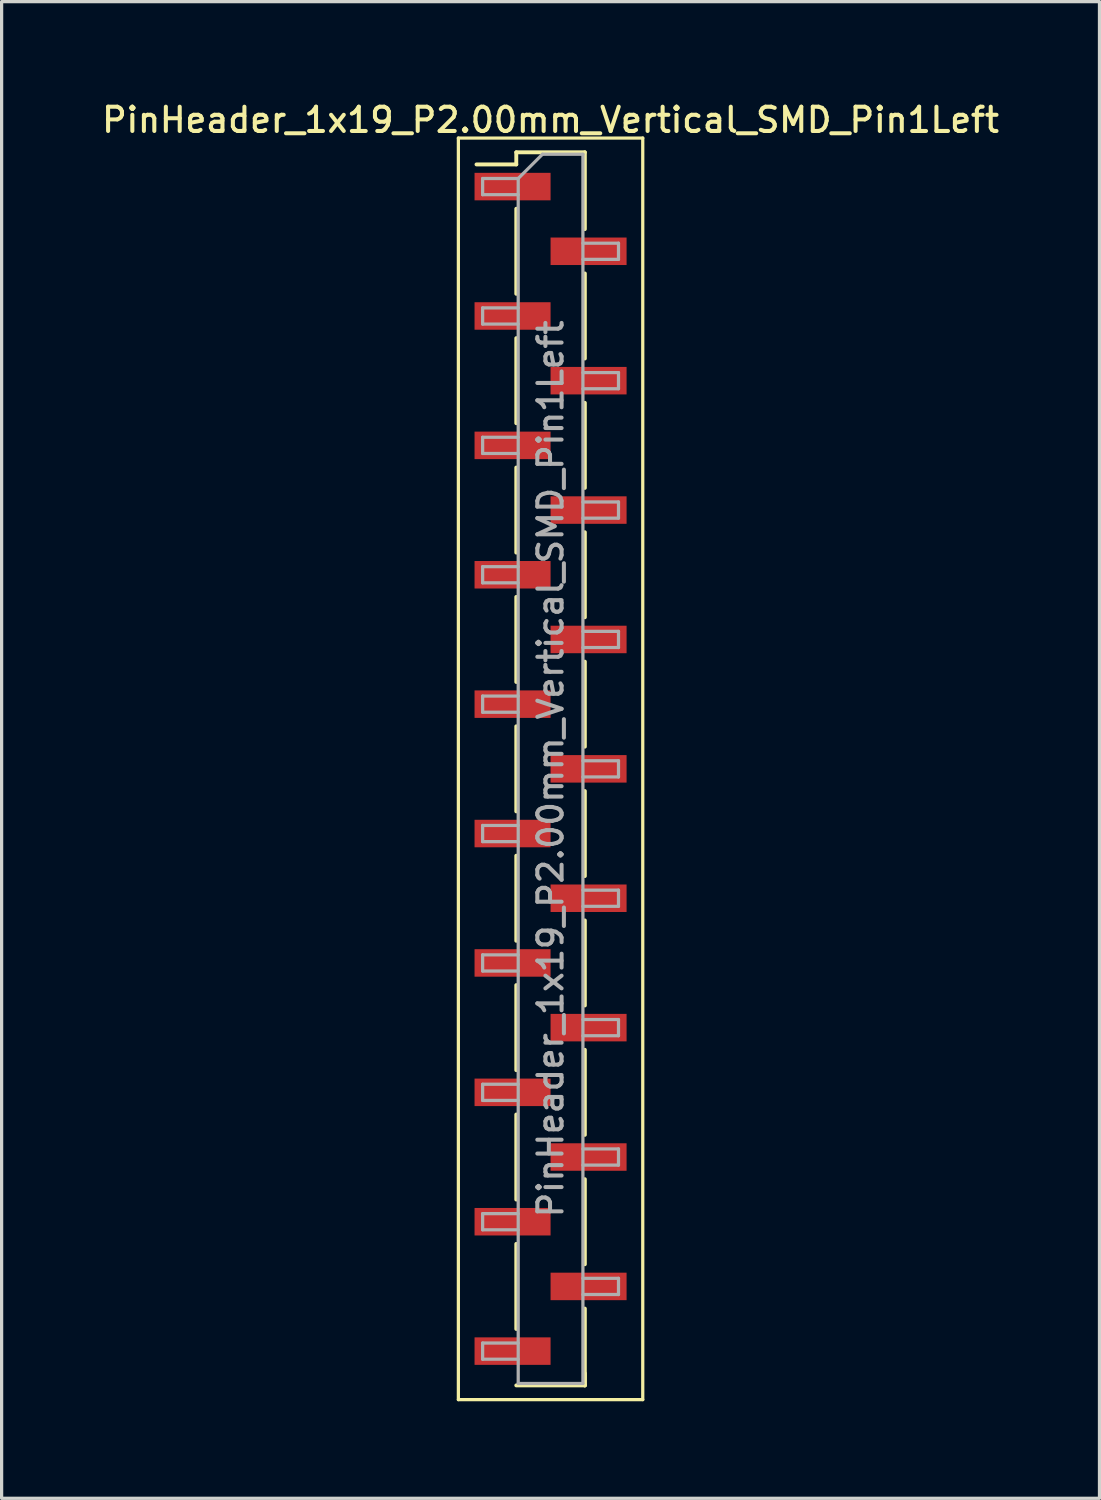
<source format=kicad_pcb>
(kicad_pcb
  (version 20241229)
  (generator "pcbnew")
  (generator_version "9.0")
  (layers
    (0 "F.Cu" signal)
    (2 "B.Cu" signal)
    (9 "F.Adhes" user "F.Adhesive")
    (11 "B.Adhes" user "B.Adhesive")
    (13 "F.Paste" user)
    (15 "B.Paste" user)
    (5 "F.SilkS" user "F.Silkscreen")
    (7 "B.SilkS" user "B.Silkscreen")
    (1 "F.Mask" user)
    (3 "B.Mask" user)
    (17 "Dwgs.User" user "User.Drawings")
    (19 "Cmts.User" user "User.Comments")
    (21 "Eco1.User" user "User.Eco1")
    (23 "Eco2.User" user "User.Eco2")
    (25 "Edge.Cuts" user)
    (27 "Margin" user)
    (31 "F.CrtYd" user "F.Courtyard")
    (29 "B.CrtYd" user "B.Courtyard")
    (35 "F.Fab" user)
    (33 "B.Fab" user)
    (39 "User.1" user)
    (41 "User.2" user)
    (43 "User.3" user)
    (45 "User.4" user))
  (footprint "PinHeader_1x19_P2.00mm_Vertical_SMD_Pin1Left"
    (layer "F.Cu")
    (at 13.97 20.718)
    (property "Reference" "PinHeader_1x19_P2.00mm_Vertical_SMD_Pin1Left" (at 0 -20.06 0) (layer "F.SilkS") (effects (font (size 0.75 0.75) (thickness 0.125))))
    (attr smd)
    (fp_line (start -2.85 -19.5) (end -2.85 19.5) (stroke (width 0.1) (type solid)) (layer "F.SilkS"))
    (fp_line (start -2.85 19.5) (end 2.85 19.5) (stroke (width 0.1) (type solid)) (layer "F.SilkS"))
    (fp_line (start -1.06 -19.06) (end -1.06 -18.685) (stroke (width 0.12) (type solid)) (layer "F.SilkS"))
    (fp_line (start -1.06 -19.06) (end 1.06 -19.06) (stroke (width 0.12) (type solid)) (layer "F.SilkS"))
    (fp_line (start -1.06 -18.685) (end -2.29 -18.685) (stroke (width 0.12) (type solid)) (layer "F.SilkS"))
    (fp_line (start -1.06 -17.315) (end -1.06 -14.685) (stroke (width 0.12) (type solid)) (layer "F.SilkS"))
    (fp_line (start -1.06 -13.315) (end -1.06 -10.685) (stroke (width 0.12) (type solid)) (layer "F.SilkS"))
    (fp_line (start -1.06 -9.315) (end -1.06 -6.685) (stroke (width 0.12) (type solid)) (layer "F.SilkS"))
    (fp_line (start -1.06 -5.315) (end -1.06 -2.685) (stroke (width 0.12) (type solid)) (layer "F.SilkS"))
    (fp_line (start -1.06 -1.315) (end -1.06 1.315) (stroke (width 0.12) (type solid)) (layer "F.SilkS"))
    (fp_line (start -1.06 2.685) (end -1.06 5.315) (stroke (width 0.12) (type solid)) (layer "F.SilkS"))
    (fp_line (start -1.06 6.685) (end -1.06 9.315) (stroke (width 0.12) (type solid)) (layer "F.SilkS"))
    (fp_line (start -1.06 10.685) (end -1.06 13.315) (stroke (width 0.12) (type solid)) (layer "F.SilkS"))
    (fp_line (start -1.06 14.685) (end -1.06 17.315) (stroke (width 0.12) (type solid)) (layer "F.SilkS"))
    (fp_line (start -1.06 19.06) (end 1.06 19.06) (stroke (width 0.12) (type solid)) (layer "F.SilkS"))
    (fp_line (start 1.06 -19.06) (end 1.06 -16.685) (stroke (width 0.12) (type solid)) (layer "F.SilkS"))
    (fp_line (start 1.06 -15.315) (end 1.06 -12.685) (stroke (width 0.12) (type solid)) (layer "F.SilkS"))
    (fp_line (start 1.06 -11.315) (end 1.06 -8.685) (stroke (width 0.12) (type solid)) (layer "F.SilkS"))
    (fp_line (start 1.06 -7.315) (end 1.06 -4.685) (stroke (width 0.12) (type solid)) (layer "F.SilkS"))
    (fp_line (start 1.06 -3.315) (end 1.06 -0.685) (stroke (width 0.12) (type solid)) (layer "F.SilkS"))
    (fp_line (start 1.06 0.685) (end 1.06 3.315) (stroke (width 0.12) (type solid)) (layer "F.SilkS"))
    (fp_line (start 1.06 4.685) (end 1.06 7.315) (stroke (width 0.12) (type solid)) (layer "F.SilkS"))
    (fp_line (start 1.06 8.685) (end 1.06 11.315) (stroke (width 0.12) (type solid)) (layer "F.SilkS"))
    (fp_line (start 1.06 12.685) (end 1.06 15.315) (stroke (width 0.12) (type solid)) (layer "F.SilkS"))
    (fp_line (start 1.06 16.685) (end 1.06 19.06) (stroke (width 0.12) (type solid)) (layer "F.SilkS"))
    (fp_line (start 1.06 18.685) (end 1.06 19.06) (stroke (width 0.12) (type solid)) (layer "F.SilkS"))
    (fp_line (start 2.85 -19.5) (end -2.85 -19.5) (stroke (width 0.1) (type solid)) (layer "F.SilkS"))
    (fp_line (start 2.85 19.5) (end 2.85 -19.5) (stroke (width 0.1) (type solid)) (layer "F.SilkS"))
    (fp_line (start -2.1 -18.25) (end -2.1 -17.75) (stroke (width 0.1) (type solid)) (layer "F.Fab"))
    (fp_line (start -2.1 -17.75) (end -1 -17.75) (stroke (width 0.1) (type solid)) (layer "F.Fab"))
    (fp_line (start -2.1 -14.25) (end -2.1 -13.75) (stroke (width 0.1) (type solid)) (layer "F.Fab"))
    (fp_line (start -2.1 -13.75) (end -1 -13.75) (stroke (width 0.1) (type solid)) (layer "F.Fab"))
    (fp_line (start -2.1 -10.25) (end -2.1 -9.75) (stroke (width 0.1) (type solid)) (layer "F.Fab"))
    (fp_line (start -2.1 -9.75) (end -1 -9.75) (stroke (width 0.1) (type solid)) (layer "F.Fab"))
    (fp_line (start -2.1 -6.25) (end -2.1 -5.75) (stroke (width 0.1) (type solid)) (layer "F.Fab"))
    (fp_line (start -2.1 -5.75) (end -1 -5.75) (stroke (width 0.1) (type solid)) (layer "F.Fab"))
    (fp_line (start -2.1 -2.25) (end -2.1 -1.75) (stroke (width 0.1) (type solid)) (layer "F.Fab"))
    (fp_line (start -2.1 -1.75) (end -1 -1.75) (stroke (width 0.1) (type solid)) (layer "F.Fab"))
    (fp_line (start -2.1 1.75) (end -2.1 2.25) (stroke (width 0.1) (type solid)) (layer "F.Fab"))
    (fp_line (start -2.1 2.25) (end -1 2.25) (stroke (width 0.1) (type solid)) (layer "F.Fab"))
    (fp_line (start -2.1 5.75) (end -2.1 6.25) (stroke (width 0.1) (type solid)) (layer "F.Fab"))
    (fp_line (start -2.1 6.25) (end -1 6.25) (stroke (width 0.1) (type solid)) (layer "F.Fab"))
    (fp_line (start -2.1 9.75) (end -2.1 10.25) (stroke (width 0.1) (type solid)) (layer "F.Fab"))
    (fp_line (start -2.1 10.25) (end -1 10.25) (stroke (width 0.1) (type solid)) (layer "F.Fab"))
    (fp_line (start -2.1 13.75) (end -2.1 14.25) (stroke (width 0.1) (type solid)) (layer "F.Fab"))
    (fp_line (start -2.1 14.25) (end -1 14.25) (stroke (width 0.1) (type solid)) (layer "F.Fab"))
    (fp_line (start -2.1 17.75) (end -2.1 18.25) (stroke (width 0.1) (type solid)) (layer "F.Fab"))
    (fp_line (start -2.1 18.25) (end -1 18.25) (stroke (width 0.1) (type solid)) (layer "F.Fab"))
    (fp_line (start -1 -18.25) (end -2.1 -18.25) (stroke (width 0.1) (type solid)) (layer "F.Fab"))
    (fp_line (start -1 -18.25) (end -0.25 -19) (stroke (width 0.1) (type solid)) (layer "F.Fab"))
    (fp_line (start -1 -14.25) (end -2.1 -14.25) (stroke (width 0.1) (type solid)) (layer "F.Fab"))
    (fp_line (start -1 -10.25) (end -2.1 -10.25) (stroke (width 0.1) (type solid)) (layer "F.Fab"))
    (fp_line (start -1 -6.25) (end -2.1 -6.25) (stroke (width 0.1) (type solid)) (layer "F.Fab"))
    (fp_line (start -1 -2.25) (end -2.1 -2.25) (stroke (width 0.1) (type solid)) (layer "F.Fab"))
    (fp_line (start -1 1.75) (end -2.1 1.75) (stroke (width 0.1) (type solid)) (layer "F.Fab"))
    (fp_line (start -1 5.75) (end -2.1 5.75) (stroke (width 0.1) (type solid)) (layer "F.Fab"))
    (fp_line (start -1 9.75) (end -2.1 9.75) (stroke (width 0.1) (type solid)) (layer "F.Fab"))
    (fp_line (start -1 13.75) (end -2.1 13.75) (stroke (width 0.1) (type solid)) (layer "F.Fab"))
    (fp_line (start -1 17.75) (end -2.1 17.75) (stroke (width 0.1) (type solid)) (layer "F.Fab"))
    (fp_line (start -1 19) (end -1 -18.25) (stroke (width 0.1) (type solid)) (layer "F.Fab"))
    (fp_line (start -0.25 -19) (end 1 -19) (stroke (width 0.1) (type solid)) (layer "F.Fab"))
    (fp_line (start 1 -19) (end 1 19) (stroke (width 0.1) (type solid)) (layer "F.Fab"))
    (fp_line (start 1 -16.25) (end 2.1 -16.25) (stroke (width 0.1) (type solid)) (layer "F.Fab"))
    (fp_line (start 1 -12.25) (end 2.1 -12.25) (stroke (width 0.1) (type solid)) (layer "F.Fab"))
    (fp_line (start 1 -8.25) (end 2.1 -8.25) (stroke (width 0.1) (type solid)) (layer "F.Fab"))
    (fp_line (start 1 -4.25) (end 2.1 -4.25) (stroke (width 0.1) (type solid)) (layer "F.Fab"))
    (fp_line (start 1 -0.25) (end 2.1 -0.25) (stroke (width 0.1) (type solid)) (layer "F.Fab"))
    (fp_line (start 1 3.75) (end 2.1 3.75) (stroke (width 0.1) (type solid)) (layer "F.Fab"))
    (fp_line (start 1 7.75) (end 2.1 7.75) (stroke (width 0.1) (type solid)) (layer "F.Fab"))
    (fp_line (start 1 11.75) (end 2.1 11.75) (stroke (width 0.1) (type solid)) (layer "F.Fab"))
    (fp_line (start 1 15.75) (end 2.1 15.75) (stroke (width 0.1) (type solid)) (layer "F.Fab"))
    (fp_line (start 1 19) (end -1 19) (stroke (width 0.1) (type solid)) (layer "F.Fab"))
    (fp_line (start 2.1 -16.25) (end 2.1 -15.75) (stroke (width 0.1) (type solid)) (layer "F.Fab"))
    (fp_line (start 2.1 -15.75) (end 1 -15.75) (stroke (width 0.1) (type solid)) (layer "F.Fab"))
    (fp_line (start 2.1 -12.25) (end 2.1 -11.75) (stroke (width 0.1) (type solid)) (layer "F.Fab"))
    (fp_line (start 2.1 -11.75) (end 1 -11.75) (stroke (width 0.1) (type solid)) (layer "F.Fab"))
    (fp_line (start 2.1 -8.25) (end 2.1 -7.75) (stroke (width 0.1) (type solid)) (layer "F.Fab"))
    (fp_line (start 2.1 -7.75) (end 1 -7.75) (stroke (width 0.1) (type solid)) (layer "F.Fab"))
    (fp_line (start 2.1 -4.25) (end 2.1 -3.75) (stroke (width 0.1) (type solid)) (layer "F.Fab"))
    (fp_line (start 2.1 -3.75) (end 1 -3.75) (stroke (width 0.1) (type solid)) (layer "F.Fab"))
    (fp_line (start 2.1 -0.25) (end 2.1 0.25) (stroke (width 0.1) (type solid)) (layer "F.Fab"))
    (fp_line (start 2.1 0.25) (end 1 0.25) (stroke (width 0.1) (type solid)) (layer "F.Fab"))
    (fp_line (start 2.1 3.75) (end 2.1 4.25) (stroke (width 0.1) (type solid)) (layer "F.Fab"))
    (fp_line (start 2.1 4.25) (end 1 4.25) (stroke (width 0.1) (type solid)) (layer "F.Fab"))
    (fp_line (start 2.1 7.75) (end 2.1 8.25) (stroke (width 0.1) (type solid)) (layer "F.Fab"))
    (fp_line (start 2.1 8.25) (end 1 8.25) (stroke (width 0.1) (type solid)) (layer "F.Fab"))
    (fp_line (start 2.1 11.75) (end 2.1 12.25) (stroke (width 0.1) (type solid)) (layer "F.Fab"))
    (fp_line (start 2.1 12.25) (end 1 12.25) (stroke (width 0.1) (type solid)) (layer "F.Fab"))
    (fp_line (start 2.1 15.75) (end 2.1 16.25) (stroke (width 0.1) (type solid)) (layer "F.Fab"))
    (fp_line (start 2.1 16.25) (end 1 16.25) (stroke (width 0.1) (type solid)) (layer "F.Fab"))
    (fp_text user "${REFERENCE}" (at 0 0 90) (layer "F.Fab") (effects (font (size 0.75 0.75) (thickness 0.125))))
    (pad "1" smd rect (at -1.175 -18) (size 2.35 0.85) (layers "F.Cu" "F.Mask" "F.Paste"))
    (pad "2" smd rect (at 1.175 -16) (size 2.35 0.85) (layers "F.Cu" "F.Mask" "F.Paste"))
    (pad "3" smd rect (at -1.175 -14) (size 2.35 0.85) (layers "F.Cu" "F.Mask" "F.Paste"))
    (pad "4" smd rect (at 1.175 -12) (size 2.35 0.85) (layers "F.Cu" "F.Mask" "F.Paste"))
    (pad "5" smd rect (at -1.175 -10) (size 2.35 0.85) (layers "F.Cu" "F.Mask" "F.Paste"))
    (pad "6" smd rect (at 1.175 -8) (size 2.35 0.85) (layers "F.Cu" "F.Mask" "F.Paste"))
    (pad "7" smd rect (at -1.175 -6) (size 2.35 0.85) (layers "F.Cu" "F.Mask" "F.Paste"))
    (pad "8" smd rect (at 1.175 -4) (size 2.35 0.85) (layers "F.Cu" "F.Mask" "F.Paste"))
    (pad "9" smd rect (at -1.175 -2) (size 2.35 0.85) (layers "F.Cu" "F.Mask" "F.Paste"))
    (pad "10" smd rect (at 1.175 0) (size 2.35 0.85) (layers "F.Cu" "F.Mask" "F.Paste"))
    (pad "11" smd rect (at -1.175 2) (size 2.35 0.85) (layers "F.Cu" "F.Mask" "F.Paste"))
    (pad "12" smd rect (at 1.175 4) (size 2.35 0.85) (layers "F.Cu" "F.Mask" "F.Paste"))
    (pad "13" smd rect (at -1.175 6) (size 2.35 0.85) (layers "F.Cu" "F.Mask" "F.Paste"))
    (pad "14" smd rect (at 1.175 8) (size 2.35 0.85) (layers "F.Cu" "F.Mask" "F.Paste"))
    (pad "15" smd rect (at -1.175 10) (size 2.35 0.85) (layers "F.Cu" "F.Mask" "F.Paste"))
    (pad "16" smd rect (at 1.175 12) (size 2.35 0.85) (layers "F.Cu" "F.Mask" "F.Paste"))
    (pad "17" smd rect (at -1.175 14) (size 2.35 0.85) (layers "F.Cu" "F.Mask" "F.Paste"))
    (pad "18" smd rect (at 1.175 16) (size 2.35 0.85) (layers "F.Cu" "F.Mask" "F.Paste"))
    (pad "19" smd rect (at -1.175 18) (size 2.35 0.85) (layers "F.Cu" "F.Mask" "F.Paste")))
  (gr_rect
    (start -3 -3)
    (end 30.939 43.268)
    (stroke (width 0.1) (type default))
    (fill no)
    (layer "Edge.Cuts")))
</source>
